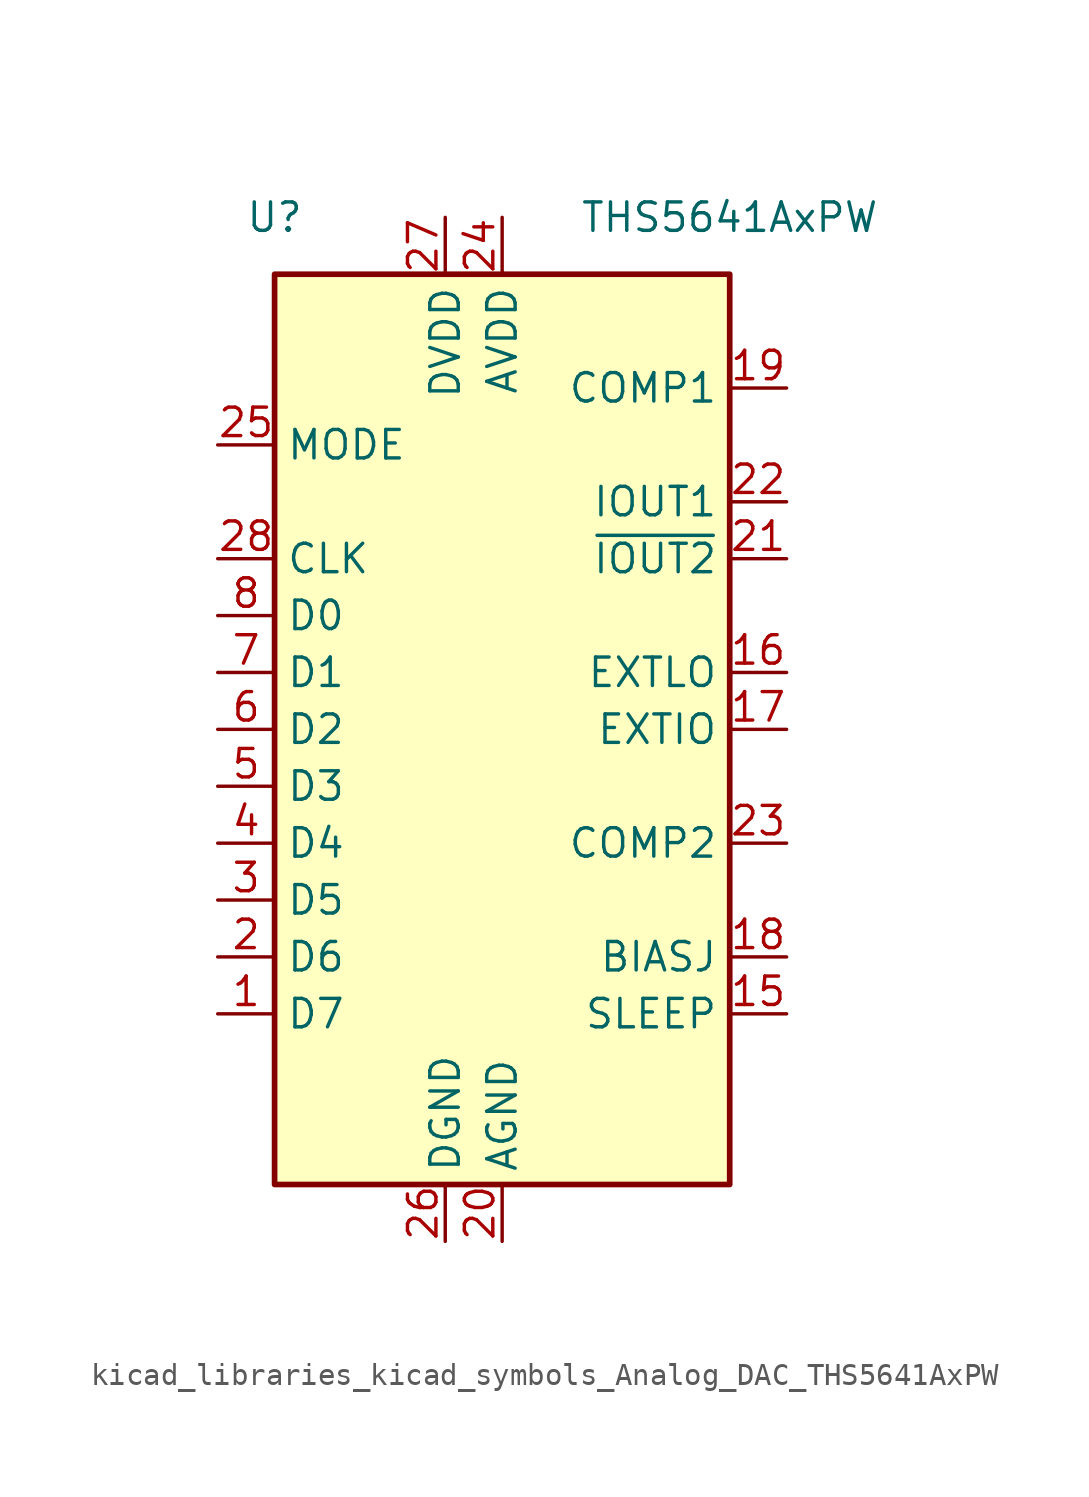
<source format=kicad_sym>
(kicad_symbol_lib
  (version 20220914)
  (generator kicad_symbol_editor)
  (symbol "kicad_libraries_kicad_symbols_Analog_DAC_THS5641AxPW"
    (property "Reference" "U"
      (at -10.16 22.86 0)
      (effects (font (size 1.27 1.27))))
    (property "Value" "THS5641AxPW"
      (at 10.16 22.86 0)
      (effects (font (size 1.27 1.27))))
    (symbol "kicad_libraries_kicad_symbols_Analog_DAC_THS5641AxPW_0_1"
      (rectangle (start -10.16 20.32) (end 10.16 -20.32) (stroke (width 0.254) (type default)) (fill (type background))))
    (symbol "kicad_libraries_kicad_symbols_Analog_DAC_THS5641AxPW_1_1"
      (pin input line (at -12.7 -12.7 0) (length 2.54) (name "D7" (effects (font (size 1.27 1.27)))) (number "1" (effects (font (size 1.27 1.27)))))
      (pin no_connect line (at -10.16 -17.78 0) (length 2.54) hide (name "NC" (effects (font (size 1.27 1.27)))) (number "10" (effects (font (size 1.27 1.27)))))
      (pin no_connect line (at 10.16 -17.78 180) (length 2.54) hide (name "NC" (effects (font (size 1.27 1.27)))) (number "11" (effects (font (size 1.27 1.27)))))
      (pin no_connect line (at 10.16 -15.24 180) (length 2.54) hide (name "NC" (effects (font (size 1.27 1.27)))) (number "12" (effects (font (size 1.27 1.27)))))
      (pin no_connect line (at 10.16 12.7 180) (length 2.54) hide (name "NC" (effects (font (size 1.27 1.27)))) (number "13" (effects (font (size 1.27 1.27)))))
      (pin no_connect line (at 10.16 17.78 180) (length 2.54) hide (name "NC" (effects (font (size 1.27 1.27)))) (number "14" (effects (font (size 1.27 1.27)))))
      (pin input line (at 12.7 -12.7 180) (length 2.54) (name "SLEEP" (effects (font (size 1.27 1.27)))) (number "15" (effects (font (size 1.27 1.27)))))
      (pin bidirectional line (at 12.7 2.54 180) (length 2.54) (name "EXTLO" (effects (font (size 1.27 1.27)))) (number "16" (effects (font (size 1.27 1.27)))))
      (pin bidirectional line (at 12.7 0 180) (length 2.54) (name "EXTIO" (effects (font (size 1.27 1.27)))) (number "17" (effects (font (size 1.27 1.27)))))
      (pin passive line (at 12.7 -10.16 180) (length 2.54) (name "BIASJ" (effects (font (size 1.27 1.27)))) (number "18" (effects (font (size 1.27 1.27)))))
      (pin input line (at 12.7 15.24 180) (length 2.54) (name "COMP1" (effects (font (size 1.27 1.27)))) (number "19" (effects (font (size 1.27 1.27)))))
      (pin input line (at -12.7 -10.16 0) (length 2.54) (name "D6" (effects (font (size 1.27 1.27)))) (number "2" (effects (font (size 1.27 1.27)))))
      (pin power_in line (at 0 -22.86 90) (length 2.54) (name "AGND" (effects (font (size 1.27 1.27)))) (number "20" (effects (font (size 1.27 1.27)))))
      (pin output line (at 12.7 7.62 180) (length 2.54) (name "~{IOUT2}" (effects (font (size 1.27 1.27)))) (number "21" (effects (font (size 1.27 1.27)))))
      (pin output line (at 12.7 10.16 180) (length 2.54) (name "IOUT1" (effects (font (size 1.27 1.27)))) (number "22" (effects (font (size 1.27 1.27)))))
      (pin input line (at 12.7 -5.08 180) (length 2.54) (name "COMP2" (effects (font (size 1.27 1.27)))) (number "23" (effects (font (size 1.27 1.27)))))
      (pin power_in line (at 0 22.86 270) (length 2.54) (name "AVDD" (effects (font (size 1.27 1.27)))) (number "24" (effects (font (size 1.27 1.27)))))
      (pin input line (at -12.7 12.7 0) (length 2.54) (name "MODE" (effects (font (size 1.27 1.27)))) (number "25" (effects (font (size 1.27 1.27)))))
      (pin power_in line (at -2.54 -22.86 90) (length 2.54) (name "DGND" (effects (font (size 1.27 1.27)))) (number "26" (effects (font (size 1.27 1.27)))))
      (pin power_in line (at -2.54 22.86 270) (length 2.54) (name "DVDD" (effects (font (size 1.27 1.27)))) (number "27" (effects (font (size 1.27 1.27)))))
      (pin input line (at -12.7 7.62 0) (length 2.54) (name "CLK" (effects (font (size 1.27 1.27)))) (number "28" (effects (font (size 1.27 1.27)))))
      (pin input line (at -12.7 -7.62 0) (length 2.54) (name "D5" (effects (font (size 1.27 1.27)))) (number "3" (effects (font (size 1.27 1.27)))))
      (pin input line (at -12.7 -5.08 0) (length 2.54) (name "D4" (effects (font (size 1.27 1.27)))) (number "4" (effects (font (size 1.27 1.27)))))
      (pin input line (at -12.7 -2.54 0) (length 2.54) (name "D3" (effects (font (size 1.27 1.27)))) (number "5" (effects (font (size 1.27 1.27)))))
      (pin input line (at -12.7 0 0) (length 2.54) (name "D2" (effects (font (size 1.27 1.27)))) (number "6" (effects (font (size 1.27 1.27)))))
      (pin input line (at -12.7 2.54 0) (length 2.54) (name "D1" (effects (font (size 1.27 1.27)))) (number "7" (effects (font (size 1.27 1.27)))))
      (pin input line (at -12.7 5.08 0) (length 2.54) (name "D0" (effects (font (size 1.27 1.27)))) (number "8" (effects (font (size 1.27 1.27)))))
      (pin no_connect line (at -10.16 -15.24 0) (length 2.54) hide (name "NC" (effects (font (size 1.27 1.27)))) (number "9" (effects (font (size 1.27 1.27))))))))
</source>
